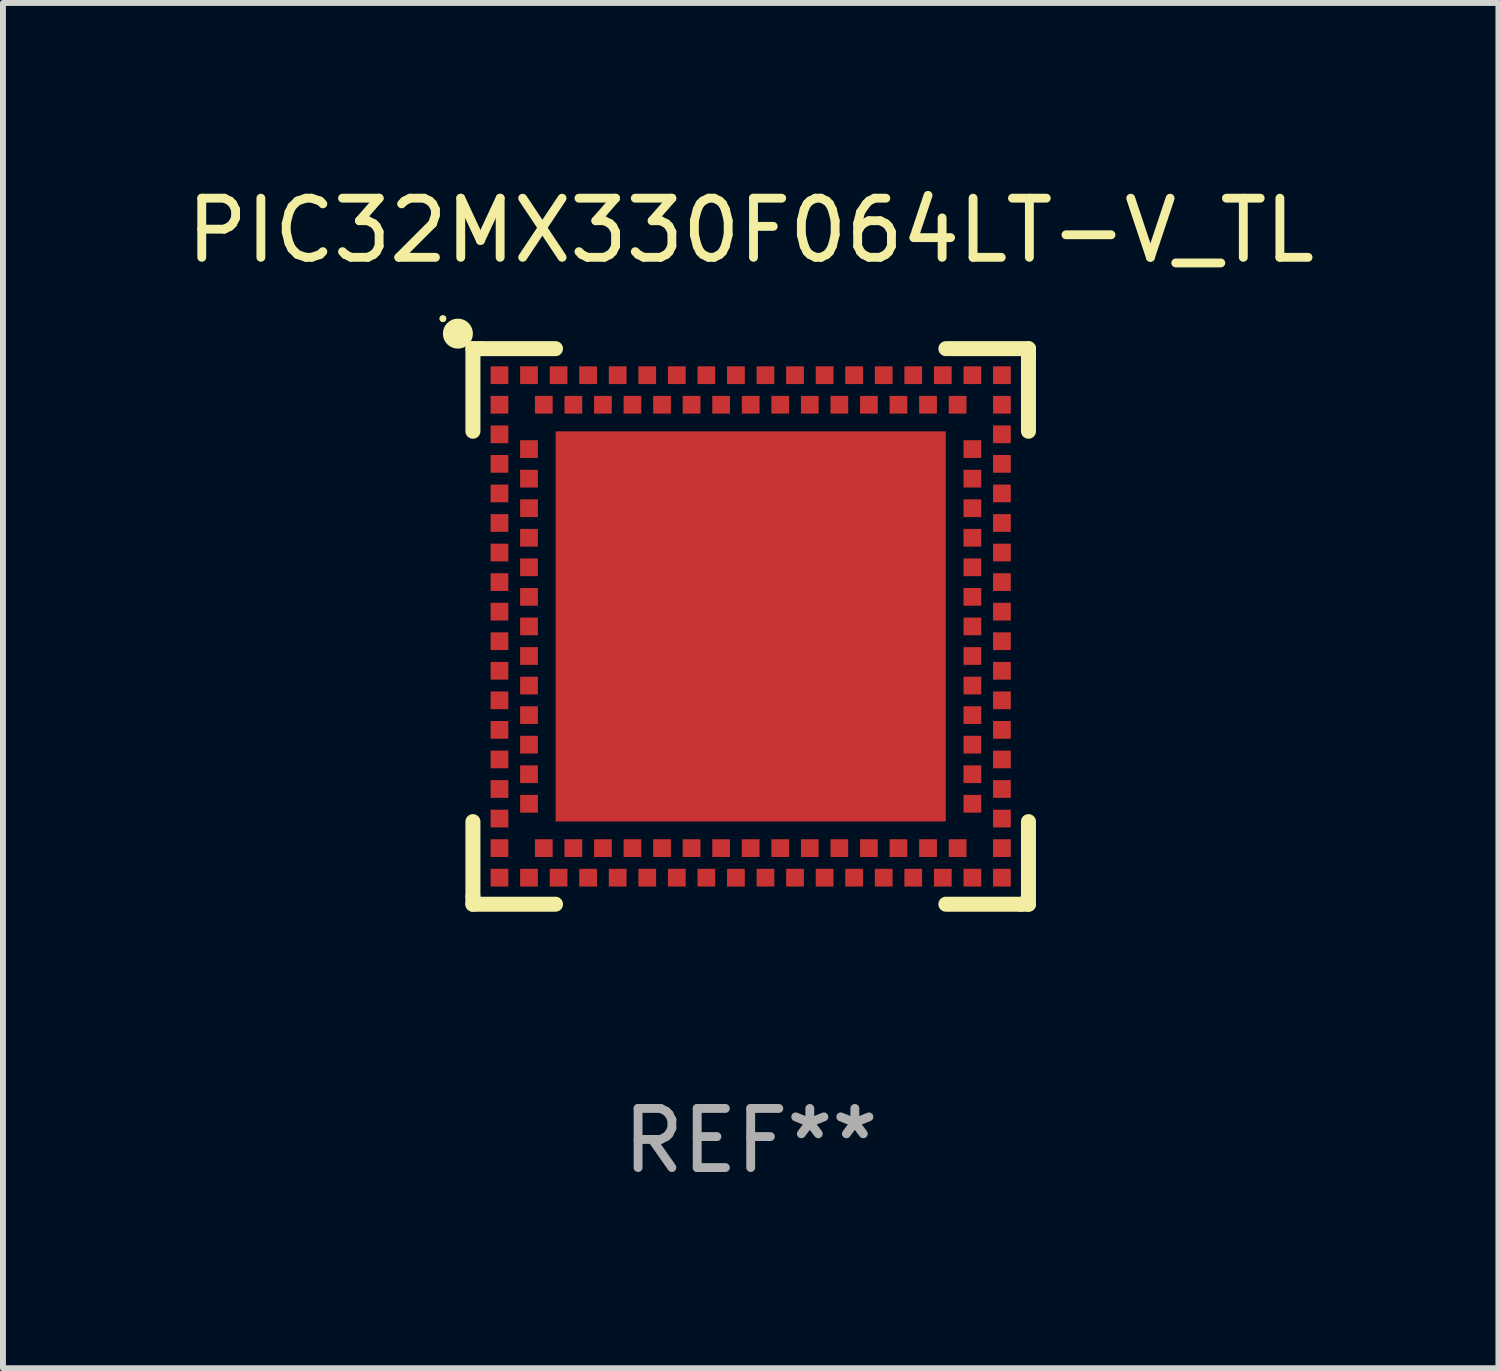
<source format=kicad_pcb>
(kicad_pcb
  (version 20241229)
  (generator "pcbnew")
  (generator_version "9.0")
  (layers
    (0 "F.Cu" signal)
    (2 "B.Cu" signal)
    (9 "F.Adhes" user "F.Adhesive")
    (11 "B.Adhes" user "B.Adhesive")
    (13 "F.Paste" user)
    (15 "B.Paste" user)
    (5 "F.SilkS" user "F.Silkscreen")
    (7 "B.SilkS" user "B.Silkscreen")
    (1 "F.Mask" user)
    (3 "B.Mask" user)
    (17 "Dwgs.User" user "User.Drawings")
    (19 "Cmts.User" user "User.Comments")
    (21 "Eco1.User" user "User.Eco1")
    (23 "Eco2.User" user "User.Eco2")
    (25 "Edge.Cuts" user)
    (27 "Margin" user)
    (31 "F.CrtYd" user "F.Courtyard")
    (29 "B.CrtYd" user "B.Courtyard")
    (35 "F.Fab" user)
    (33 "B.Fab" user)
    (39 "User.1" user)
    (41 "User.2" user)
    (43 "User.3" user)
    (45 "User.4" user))
  (footprint "PIC32MX330F064LT-V_TL"
    (layer "F.Cu")
    (at 9.649 7.547)
    (property "Reference" "PIC32MX330F064LT-V_TL" (at 0 -6.699 0) (layer "F.SilkS") (effects (font (size 1 1) (thickness 0.15))))
    (attr through_hole)
    (fp_line (start -4.699 -4.699) (end -4.699 -3.302) (stroke (width 0.254) (type solid)) (layer "F.SilkS"))
    (fp_line (start -4.699 3.302) (end -4.699 4.572) (stroke (width 0.254) (type solid)) (layer "F.SilkS"))
    (fp_line (start -4.699 4.572) (end -4.699 4.699) (stroke (width 0.254) (type solid)) (layer "F.SilkS"))
    (fp_line (start -4.699 4.699) (end -3.302 4.699) (stroke (width 0.254) (type solid)) (layer "F.SilkS"))
    (fp_line (start -4.572 -4.699) (end -4.699 -4.699) (stroke (width 0.254) (type solid)) (layer "F.SilkS"))
    (fp_line (start -3.302 -4.699) (end -4.572 -4.699) (stroke (width 0.254) (type solid)) (layer "F.SilkS"))
    (fp_line (start 3.302 4.699) (end 4.572 4.699) (stroke (width 0.254) (type solid)) (layer "F.SilkS"))
    (fp_line (start 4.572 4.699) (end 4.699 4.699) (stroke (width 0.254) (type solid)) (layer "F.SilkS"))
    (fp_line (start 4.699 -4.699) (end 3.302 -4.699) (stroke (width 0.254) (type solid)) (layer "F.SilkS"))
    (fp_line (start 4.699 -4.572) (end 4.699 -4.699) (stroke (width 0.254) (type solid)) (layer "F.SilkS"))
    (fp_line (start 4.699 -3.302) (end 4.699 -4.572) (stroke (width 0.254) (type solid)) (layer "F.SilkS"))
    (fp_line (start 4.699 4.699) (end 4.699 3.302) (stroke (width 0.254) (type solid)) (layer "F.SilkS"))
    (fp_circle (center -5.207 -5.207) (end -5.177 -5.207) (stroke (width 0.06) (type solid)) (fill no) (layer "F.SilkS"))
    (fp_circle (center -4.953 -4.953) (end -4.826 -4.953) (stroke (width 0.254) (type solid)) (fill no) (layer "F.SilkS"))
    (fp_text user "REF**" (at 0 8.699 0) (layer "F.Fab") (effects (font (size 1 1) (thickness 0.15))))
    (pad "125" smd rect (at 0.000025 -0.000102 90) (size 6.6 6.6) (layers "F.Cu" "F.Mask" "F.Paste"))
    (pad "A1" smd rect (at -4.25 -3.75 90) (size 0.3 0.3) (layers "F.Cu" "F.Mask" "F.Paste"))
    (pad "A2" smd rect (at -4.25 -3.25 90) (size 0.3 0.3) (layers "F.Cu" "F.Mask" "F.Paste"))
    (pad "A3" smd rect (at -4.25 -2.75 90) (size 0.3 0.3) (layers "F.Cu" "F.Mask" "F.Paste"))
    (pad "A4" smd rect (at -4.25 -2.25 90) (size 0.3 0.3) (layers "F.Cu" "F.Mask" "F.Paste"))
    (pad "A5" smd rect (at -4.25 -1.75 90) (size 0.3 0.3) (layers "F.Cu" "F.Mask" "F.Paste"))
    (pad "A6" smd rect (at -4.25 -1.25 90) (size 0.3 0.3) (layers "F.Cu" "F.Mask" "F.Paste"))
    (pad "A7" smd rect (at -4.25 -0.75 90) (size 0.3 0.3) (layers "F.Cu" "F.Mask" "F.Paste"))
    (pad "A8" smd rect (at -4.25 -0.25 90) (size 0.3 0.3) (layers "F.Cu" "F.Mask" "F.Paste"))
    (pad "A9" smd rect (at -4.25 0.25 90) (size 0.3 0.3) (layers "F.Cu" "F.Mask" "F.Paste"))
    (pad "A10" smd rect (at -4.25 0.75 90) (size 0.3 0.3) (layers "F.Cu" "F.Mask" "F.Paste"))
    (pad "A11" smd rect (at -4.25 1.25 90) (size 0.3 0.3) (layers "F.Cu" "F.Mask" "F.Paste"))
    (pad "A12" smd rect (at -4.25 1.75 90) (size 0.3 0.3) (layers "F.Cu" "F.Mask" "F.Paste"))
    (pad "A13" smd rect (at -4.25 2.25 90) (size 0.3 0.3) (layers "F.Cu" "F.Mask" "F.Paste"))
    (pad "A14" smd rect (at -4.25 2.75 90) (size 0.3 0.3) (layers "F.Cu" "F.Mask" "F.Paste"))
    (pad "A15" smd rect (at -4.25 3.25 90) (size 0.3 0.3) (layers "F.Cu" "F.Mask" "F.Paste"))
    (pad "A16" smd rect (at -4.25 3.75 90) (size 0.3 0.3) (layers "F.Cu" "F.Mask" "F.Paste"))
    (pad "A17" smd rect (at -4.25 4.25 90) (size 0.3 0.3) (layers "F.Cu" "F.Mask" "F.Paste"))
    (pad "A18" smd rect (at -3.75 4.25 90) (size 0.3 0.3) (layers "F.Cu" "F.Mask" "F.Paste"))
    (pad "A19" smd rect (at -3.25 4.25 90) (size 0.3 0.3) (layers "F.Cu" "F.Mask" "F.Paste"))
    (pad "A20" smd rect (at -2.75 4.25 90) (size 0.3 0.3) (layers "F.Cu" "F.Mask" "F.Paste"))
    (pad "A21" smd rect (at -2.25 4.25 90) (size 0.3 0.3) (layers "F.Cu" "F.Mask" "F.Paste"))
    (pad "A22" smd rect (at -1.75 4.25 90) (size 0.3 0.3) (layers "F.Cu" "F.Mask" "F.Paste"))
    (pad "A23" smd rect (at -1.25 4.25 90) (size 0.3 0.3) (layers "F.Cu" "F.Mask" "F.Paste"))
    (pad "A24" smd rect (at -0.75 4.25 90) (size 0.3 0.3) (layers "F.Cu" "F.Mask" "F.Paste"))
    (pad "A25" smd rect (at -0.25 4.25 90) (size 0.3 0.3) (layers "F.Cu" "F.Mask" "F.Paste"))
    (pad "A26" smd rect (at 0.25 4.25 90) (size 0.3 0.3) (layers "F.Cu" "F.Mask" "F.Paste"))
    (pad "A27" smd rect (at 0.75 4.25 90) (size 0.3 0.3) (layers "F.Cu" "F.Mask" "F.Paste"))
    (pad "A28" smd rect (at 1.25 4.25 90) (size 0.3 0.3) (layers "F.Cu" "F.Mask" "F.Paste"))
    (pad "A29" smd rect (at 1.75 4.25 90) (size 0.3 0.3) (layers "F.Cu" "F.Mask" "F.Paste"))
    (pad "A30" smd rect (at 2.25 4.25 90) (size 0.3 0.3) (layers "F.Cu" "F.Mask" "F.Paste"))
    (pad "A31" smd rect (at 2.75 4.25 90) (size 0.3 0.3) (layers "F.Cu" "F.Mask" "F.Paste"))
    (pad "A32" smd rect (at 3.25 4.25 90) (size 0.3 0.3) (layers "F.Cu" "F.Mask" "F.Paste"))
    (pad "A33" smd rect (at 3.75 4.25 90) (size 0.3 0.3) (layers "F.Cu" "F.Mask" "F.Paste"))
    (pad "A34" smd rect (at 4.25 4.25 90) (size 0.3 0.3) (layers "F.Cu" "F.Mask" "F.Paste"))
    (pad "A35" smd rect (at 4.25 3.75 90) (size 0.3 0.3) (layers "F.Cu" "F.Mask" "F.Paste"))
    (pad "A36" smd rect (at 4.25 3.25 90) (size 0.3 0.3) (layers "F.Cu" "F.Mask" "F.Paste"))
    (pad "A37" smd rect (at 4.25 2.75 90) (size 0.3 0.3) (layers "F.Cu" "F.Mask" "F.Paste"))
    (pad "A38" smd rect (at 4.25 2.25 90) (size 0.3 0.3) (layers "F.Cu" "F.Mask" "F.Paste"))
    (pad "A39" smd rect (at 4.25 1.75 90) (size 0.3 0.3) (layers "F.Cu" "F.Mask" "F.Paste"))
    (pad "A40" smd rect (at 4.25 1.25 90) (size 0.3 0.3) (layers "F.Cu" "F.Mask" "F.Paste"))
    (pad "A41" smd rect (at 4.25 0.75 90) (size 0.3 0.3) (layers "F.Cu" "F.Mask" "F.Paste"))
    (pad "A42" smd rect (at 4.25 0.25 90) (size 0.3 0.3) (layers "F.Cu" "F.Mask" "F.Paste"))
    (pad "A43" smd rect (at 4.25 -0.25 90) (size 0.3 0.3) (layers "F.Cu" "F.Mask" "F.Paste"))
    (pad "A44" smd rect (at 4.25 -0.75 90) (size 0.3 0.3) (layers "F.Cu" "F.Mask" "F.Paste"))
    (pad "A45" smd rect (at 4.25 -1.25 90) (size 0.3 0.3) (layers "F.Cu" "F.Mask" "F.Paste"))
    (pad "A46" smd rect (at 4.25 -1.75 90) (size 0.3 0.3) (layers "F.Cu" "F.Mask" "F.Paste"))
    (pad "A47" smd rect (at 4.25 -2.25 90) (size 0.3 0.3) (layers "F.Cu" "F.Mask" "F.Paste"))
    (pad "A48" smd rect (at 4.25 -2.75 90) (size 0.3 0.3) (layers "F.Cu" "F.Mask" "F.Paste"))
    (pad "A49" smd rect (at 4.25 -3.25 90) (size 0.3 0.3) (layers "F.Cu" "F.Mask" "F.Paste"))
    (pad "A50" smd rect (at 4.25 -3.75 90) (size 0.3 0.3) (layers "F.Cu" "F.Mask" "F.Paste"))
    (pad "A51" smd rect (at 4.25 -4.25 90) (size 0.3 0.3) (layers "F.Cu" "F.Mask" "F.Paste"))
    (pad "A52" smd rect (at 3.75 -4.25 90) (size 0.3 0.3) (layers "F.Cu" "F.Mask" "F.Paste"))
    (pad "A53" smd rect (at 3.25 -4.25 90) (size 0.3 0.3) (layers "F.Cu" "F.Mask" "F.Paste"))
    (pad "A54" smd rect (at 2.75 -4.25 90) (size 0.3 0.3) (layers "F.Cu" "F.Mask" "F.Paste"))
    (pad "A55" smd rect (at 2.25 -4.25 90) (size 0.3 0.3) (layers "F.Cu" "F.Mask" "F.Paste"))
    (pad "A56" smd rect (at 1.75 -4.25 90) (size 0.3 0.3) (layers "F.Cu" "F.Mask" "F.Paste"))
    (pad "A57" smd rect (at 1.25 -4.25 90) (size 0.3 0.3) (layers "F.Cu" "F.Mask" "F.Paste"))
    (pad "A58" smd rect (at 0.75 -4.25 90) (size 0.3 0.3) (layers "F.Cu" "F.Mask" "F.Paste"))
    (pad "A59" smd rect (at 0.25 -4.25 90) (size 0.3 0.3) (layers "F.Cu" "F.Mask" "F.Paste"))
    (pad "A60" smd rect (at -0.25 -4.25 90) (size 0.3 0.3) (layers "F.Cu" "F.Mask" "F.Paste"))
    (pad "A61" smd rect (at -0.75 -4.25 90) (size 0.3 0.3) (layers "F.Cu" "F.Mask" "F.Paste"))
    (pad "A62" smd rect (at -1.25 -4.25 90) (size 0.3 0.3) (layers "F.Cu" "F.Mask" "F.Paste"))
    (pad "A63" smd rect (at -1.75 -4.25 90) (size 0.3 0.3) (layers "F.Cu" "F.Mask" "F.Paste"))
    (pad "A64" smd rect (at -2.25 -4.25 90) (size 0.3 0.3) (layers "F.Cu" "F.Mask" "F.Paste"))
    (pad "A65" smd rect (at -2.75 -4.25 90) (size 0.3 0.3) (layers "F.Cu" "F.Mask" "F.Paste"))
    (pad "A66" smd rect (at -3.25 -4.25 90) (size 0.3 0.3) (layers "F.Cu" "F.Mask" "F.Paste"))
    (pad "A67" smd rect (at -3.75 -4.25 90) (size 0.3 0.3) (layers "F.Cu" "F.Mask" "F.Paste"))
    (pad "A68" smd rect (at -4.25 -4.25 90) (size 0.3 0.3) (layers "F.Cu" "F.Mask" "F.Paste"))
    (pad "B1" smd rect (at -3.75 -3 90) (size 0.3 0.3) (layers "F.Cu" "F.Mask" "F.Paste"))
    (pad "B2" smd rect (at -3.75 -2.5 90) (size 0.3 0.3) (layers "F.Cu" "F.Mask" "F.Paste"))
    (pad "B3" smd rect (at -3.75 -2 90) (size 0.3 0.3) (layers "F.Cu" "F.Mask" "F.Paste"))
    (pad "B4" smd rect (at -3.75 -1.5 90) (size 0.3 0.3) (layers "F.Cu" "F.Mask" "F.Paste"))
    (pad "B5" smd rect (at -3.75 -1 90) (size 0.3 0.3) (layers "F.Cu" "F.Mask" "F.Paste"))
    (pad "B6" smd rect (at -3.75 -0.5 90) (size 0.3 0.3) (layers "F.Cu" "F.Mask" "F.Paste"))
    (pad "B7" smd rect (at -3.75 -0.000102 90) (size 0.3 0.3) (layers "F.Cu" "F.Mask" "F.Paste"))
    (pad "B8" smd rect (at -3.75 0.5 90) (size 0.3 0.3) (layers "F.Cu" "F.Mask" "F.Paste"))
    (pad "B9" smd rect (at -3.75 1 90) (size 0.3 0.3) (layers "F.Cu" "F.Mask" "F.Paste"))
    (pad "B10" smd rect (at -3.75 1.5 90) (size 0.3 0.3) (layers "F.Cu" "F.Mask" "F.Paste"))
    (pad "B11" smd rect (at -3.75 2 90) (size 0.3 0.3) (layers "F.Cu" "F.Mask" "F.Paste"))
    (pad "B12" smd rect (at -3.75 2.5 90) (size 0.3 0.3) (layers "F.Cu" "F.Mask" "F.Paste"))
    (pad "B13" smd rect (at -3.75 3 90) (size 0.3 0.3) (layers "F.Cu" "F.Mask" "F.Paste"))
    (pad "B14" smd rect (at -3.5 3.75 90) (size 0.3 0.3) (layers "F.Cu" "F.Mask" "F.Paste"))
    (pad "B15" smd rect (at -3 3.75 90) (size 0.3 0.3) (layers "F.Cu" "F.Mask" "F.Paste"))
    (pad "B16" smd rect (at -2.5 3.75 90) (size 0.3 0.3) (layers "F.Cu" "F.Mask" "F.Paste"))
    (pad "B17" smd rect (at -2 3.75 90) (size 0.3 0.3) (layers "F.Cu" "F.Mask" "F.Paste"))
    (pad "B18" smd rect (at -1.5 3.75 90) (size 0.3 0.3) (layers "F.Cu" "F.Mask" "F.Paste"))
    (pad "B19" smd rect (at -1 3.75 90) (size 0.3 0.3) (layers "F.Cu" "F.Mask" "F.Paste"))
    (pad "B20" smd rect (at -0.5 3.75 90) (size 0.3 0.3) (layers "F.Cu" "F.Mask" "F.Paste"))
    (pad "B21" smd rect (at 0.000025 3.75 90) (size 0.3 0.3) (layers "F.Cu" "F.Mask" "F.Paste"))
    (pad "B22" smd rect (at 0.5 3.75 90) (size 0.3 0.3) (layers "F.Cu" "F.Mask" "F.Paste"))
    (pad "B23" smd rect (at 1 3.75 90) (size 0.3 0.3) (layers "F.Cu" "F.Mask" "F.Paste"))
    (pad "B24" smd rect (at 1.5 3.75 90) (size 0.3 0.3) (layers "F.Cu" "F.Mask" "F.Paste"))
    (pad "B25" smd rect (at 2 3.75 90) (size 0.3 0.3) (layers "F.Cu" "F.Mask" "F.Paste"))
    (pad "B26" smd rect (at 2.5 3.75 90) (size 0.3 0.3) (layers "F.Cu" "F.Mask" "F.Paste"))
    (pad "B27" smd rect (at 3 3.75 90) (size 0.3 0.3) (layers "F.Cu" "F.Mask" "F.Paste"))
    (pad "B28" smd rect (at 3.5 3.75 90) (size 0.3 0.3) (layers "F.Cu" "F.Mask" "F.Paste"))
    (pad "B29" smd rect (at 3.75 3 90) (size 0.3 0.3) (layers "F.Cu" "F.Mask" "F.Paste"))
    (pad "B30" smd rect (at 3.75 2.5 90) (size 0.3 0.3) (layers "F.Cu" "F.Mask" "F.Paste"))
    (pad "B31" smd rect (at 3.75 2 90) (size 0.3 0.3) (layers "F.Cu" "F.Mask" "F.Paste"))
    (pad "B32" smd rect (at 3.75 1.5 90) (size 0.3 0.3) (layers "F.Cu" "F.Mask" "F.Paste"))
    (pad "B33" smd rect (at 3.75 1 90) (size 0.3 0.3) (layers "F.Cu" "F.Mask" "F.Paste"))
    (pad "B34" smd rect (at 3.75 0.5 90) (size 0.3 0.3) (layers "F.Cu" "F.Mask" "F.Paste"))
    (pad "B35" smd rect (at 3.75 -0.000102 90) (size 0.3 0.3) (layers "F.Cu" "F.Mask" "F.Paste"))
    (pad "B36" smd rect (at 3.75 -0.5 90) (size 0.3 0.3) (layers "F.Cu" "F.Mask" "F.Paste"))
    (pad "B37" smd rect (at 3.75 -1 90) (size 0.3 0.3) (layers "F.Cu" "F.Mask" "F.Paste"))
    (pad "B38" smd rect (at 3.75 -1.5 90) (size 0.3 0.3) (layers "F.Cu" "F.Mask" "F.Paste"))
    (pad "B39" smd rect (at 3.75 -2 90) (size 0.3 0.3) (layers "F.Cu" "F.Mask" "F.Paste"))
    (pad "B40" smd rect (at 3.75 -2.5 90) (size 0.3 0.3) (layers "F.Cu" "F.Mask" "F.Paste"))
    (pad "B41" smd rect (at 3.75 -3 90) (size 0.3 0.3) (layers "F.Cu" "F.Mask" "F.Paste"))
    (pad "B42" smd rect (at 3.5 -3.75 90) (size 0.3 0.3) (layers "F.Cu" "F.Mask" "F.Paste"))
    (pad "B43" smd rect (at 3 -3.75 90) (size 0.3 0.3) (layers "F.Cu" "F.Mask" "F.Paste"))
    (pad "B44" smd rect (at 2.5 -3.75 90) (size 0.3 0.3) (layers "F.Cu" "F.Mask" "F.Paste"))
    (pad "B45" smd rect (at 2 -3.75 90) (size 0.3 0.3) (layers "F.Cu" "F.Mask" "F.Paste"))
    (pad "B46" smd rect (at 1.5 -3.75 90) (size 0.3 0.3) (layers "F.Cu" "F.Mask" "F.Paste"))
    (pad "B47" smd rect (at 1 -3.75 90) (size 0.3 0.3) (layers "F.Cu" "F.Mask" "F.Paste"))
    (pad "B48" smd rect (at 0.5 -3.75 90) (size 0.3 0.3) (layers "F.Cu" "F.Mask" "F.Paste"))
    (pad "B49" smd rect (at 0.000025 -3.75 90) (size 0.3 0.3) (layers "F.Cu" "F.Mask" "F.Paste"))
    (pad "B50" smd rect (at -0.5 -3.75 90) (size 0.3 0.3) (layers "F.Cu" "F.Mask" "F.Paste"))
    (pad "B51" smd rect (at -1 -3.75 90) (size 0.3 0.3) (layers "F.Cu" "F.Mask" "F.Paste"))
    (pad "B52" smd rect (at -1.5 -3.75 90) (size 0.3 0.3) (layers "F.Cu" "F.Mask" "F.Paste"))
    (pad "B53" smd rect (at -2 -3.75 90) (size 0.3 0.3) (layers "F.Cu" "F.Mask" "F.Paste"))
    (pad "B54" smd rect (at -2.5 -3.75 90) (size 0.3 0.3) (layers "F.Cu" "F.Mask" "F.Paste"))
    (pad "B55" smd rect (at -3 -3.75 90) (size 0.3 0.3) (layers "F.Cu" "F.Mask" "F.Paste"))
    (pad "B56" smd rect (at -3.5 -3.75 90) (size 0.3 0.3) (layers "F.Cu" "F.Mask" "F.Paste")))
  (gr_rect
    (start -3 -3)
    (end 22.298 20.095)
    (stroke (width 0.1) (type default))
    (fill no)
    (layer "Edge.Cuts")))
</source>
